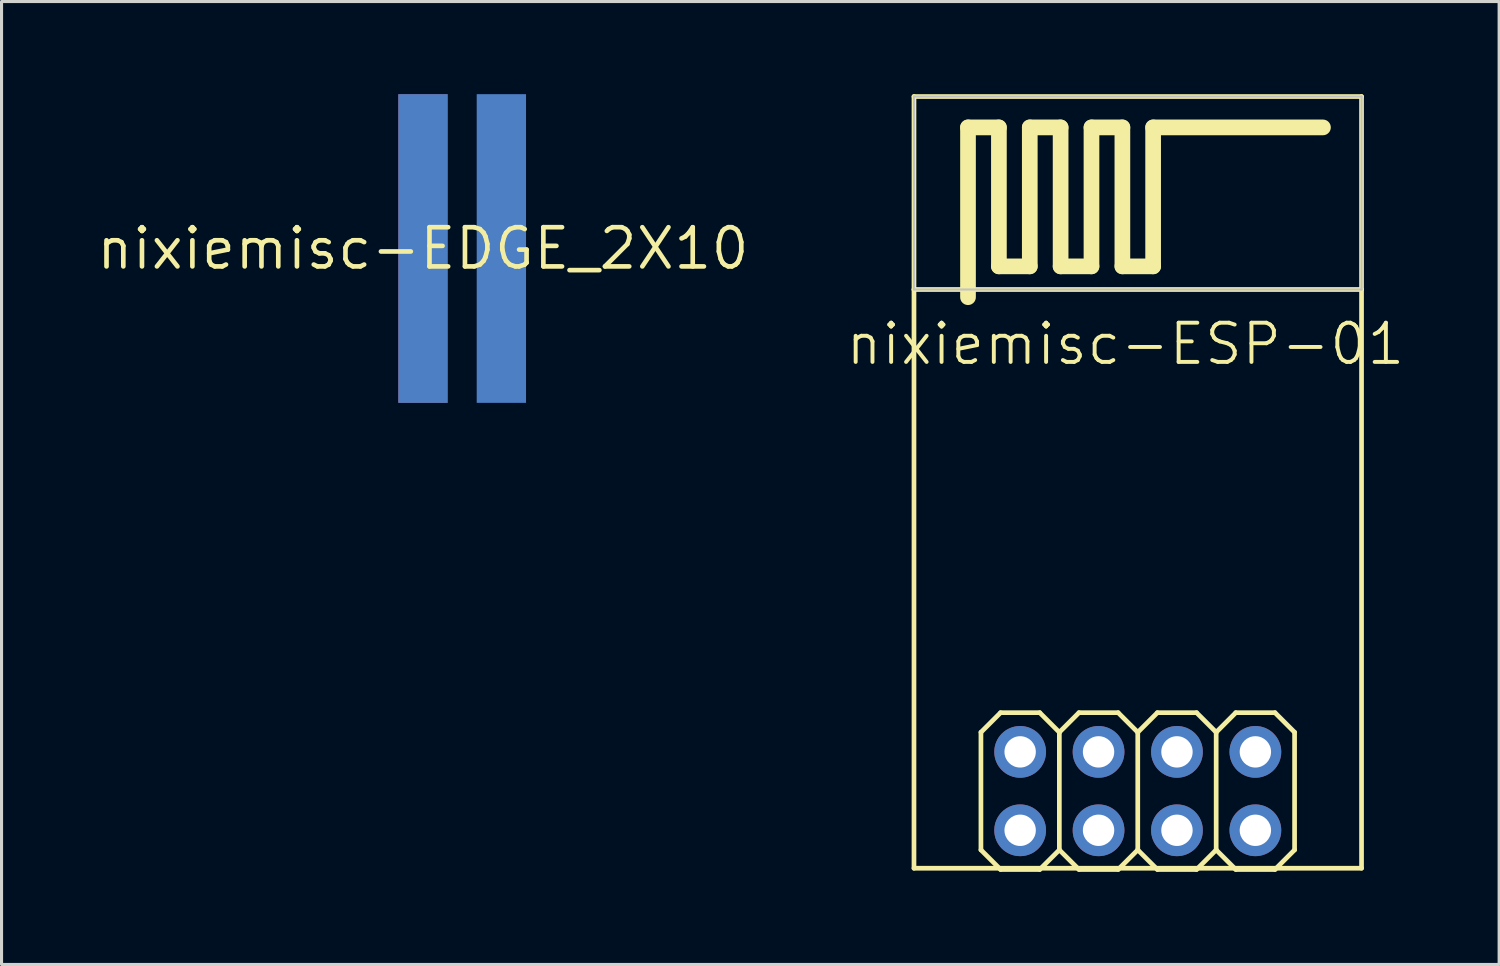
<source format=kicad_pcb>
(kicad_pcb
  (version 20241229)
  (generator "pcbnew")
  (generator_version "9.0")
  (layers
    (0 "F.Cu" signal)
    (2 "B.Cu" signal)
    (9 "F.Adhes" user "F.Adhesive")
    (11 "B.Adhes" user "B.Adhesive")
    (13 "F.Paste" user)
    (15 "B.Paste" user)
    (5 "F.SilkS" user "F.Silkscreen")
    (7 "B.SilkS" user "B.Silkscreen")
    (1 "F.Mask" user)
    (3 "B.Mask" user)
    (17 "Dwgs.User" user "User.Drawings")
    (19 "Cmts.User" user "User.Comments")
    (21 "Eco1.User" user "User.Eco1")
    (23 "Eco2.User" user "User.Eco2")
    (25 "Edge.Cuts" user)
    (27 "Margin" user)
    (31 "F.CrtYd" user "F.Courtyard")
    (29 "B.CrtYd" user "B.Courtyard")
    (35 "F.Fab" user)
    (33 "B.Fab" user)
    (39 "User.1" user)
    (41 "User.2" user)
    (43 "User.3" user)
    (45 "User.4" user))
  (footprint "nixiemisc-ESP-01"
    (layer "F.Cu")
    (at 33.806 22.576)
    (property "Reference" "nixiemisc-ESP-01" (at -0.399 -14.483 0) (layer "F.SilkS") (effects (font (size 1.27 1.27) (thickness 0.127))))
    (attr exclude_from_pos_files exclude_from_bom)
    (fp_line (start -7.249 -22.499) (end -7.249 -16.248) (stroke (width 0.152) (type solid)) (layer "F.SilkS"))
    (fp_line (start -7.249 -16.248) (end -7.249 2.499) (stroke (width 0.152) (type solid)) (layer "F.SilkS"))
    (fp_line (start -7.249 -16.248) (end 7.249 -16.248) (stroke (width 0.152) (type solid)) (layer "F.SilkS"))
    (fp_line (start -7.249 2.499) (end 7.249 2.499) (stroke (width 0.152) (type solid)) (layer "F.SilkS"))
    (fp_line (start -5.499 -21.499) (end -4.498 -21.499) (stroke (width 0.508) (type solid)) (layer "F.SilkS"))
    (fp_line (start -5.499 -15.999) (end -5.499 -21.499) (stroke (width 0.508) (type solid)) (layer "F.SilkS"))
    (fp_line (start -5.08 -1.905) (end -4.445 -2.54) (stroke (width 0.152) (type solid)) (layer "F.SilkS"))
    (fp_line (start -5.08 1.905) (end -5.08 -1.905) (stroke (width 0.152) (type solid)) (layer "F.SilkS"))
    (fp_line (start -5.08 1.905) (end -4.445 2.54) (stroke (width 0.152) (type solid)) (layer "F.SilkS"))
    (fp_line (start -4.498 -21.499) (end -4.498 -16.998) (stroke (width 0.508) (type solid)) (layer "F.SilkS"))
    (fp_line (start -4.498 -16.998) (end -3.498 -16.998) (stroke (width 0.508) (type solid)) (layer "F.SilkS"))
    (fp_line (start -4.445 -2.54) (end -3.175 -2.54) (stroke (width 0.152) (type solid)) (layer "F.SilkS"))
    (fp_line (start -4.445 2.54) (end -3.175 2.54) (stroke (width 0.152) (type solid)) (layer "F.SilkS"))
    (fp_line (start -3.498 -21.499) (end -2.499 -21.499) (stroke (width 0.508) (type solid)) (layer "F.SilkS"))
    (fp_line (start -3.498 -16.998) (end -3.498 -21.499) (stroke (width 0.508) (type solid)) (layer "F.SilkS"))
    (fp_line (start -3.175 -2.54) (end -2.54 -1.905) (stroke (width 0.152) (type solid)) (layer "F.SilkS"))
    (fp_line (start -3.175 2.54) (end -2.54 1.905) (stroke (width 0.152) (type solid)) (layer "F.SilkS"))
    (fp_line (start -2.54 -1.905) (end -2.54 1.905) (stroke (width 0.152) (type solid)) (layer "F.SilkS"))
    (fp_line (start -2.54 -1.905) (end -1.905 -2.54) (stroke (width 0.152) (type solid)) (layer "F.SilkS"))
    (fp_line (start -2.54 1.905) (end -1.905 2.54) (stroke (width 0.152) (type solid)) (layer "F.SilkS"))
    (fp_line (start -2.499 -21.499) (end -2.499 -16.998) (stroke (width 0.508) (type solid)) (layer "F.SilkS"))
    (fp_line (start -2.499 -16.998) (end -1.499 -16.998) (stroke (width 0.508) (type solid)) (layer "F.SilkS"))
    (fp_line (start -1.905 -2.54) (end -0.635 -2.54) (stroke (width 0.152) (type solid)) (layer "F.SilkS"))
    (fp_line (start -1.905 2.54) (end -0.635 2.54) (stroke (width 0.152) (type solid)) (layer "F.SilkS"))
    (fp_line (start -1.499 -21.499) (end -0.498 -21.499) (stroke (width 0.508) (type solid)) (layer "F.SilkS"))
    (fp_line (start -1.499 -16.998) (end -1.499 -21.499) (stroke (width 0.508) (type solid)) (layer "F.SilkS"))
    (fp_line (start -0.635 -2.54) (end 0 -1.905) (stroke (width 0.152) (type solid)) (layer "F.SilkS"))
    (fp_line (start -0.635 2.54) (end 0 1.905) (stroke (width 0.152) (type solid)) (layer "F.SilkS"))
    (fp_line (start -0.498 -21.499) (end -0.498 -16.998) (stroke (width 0.508) (type solid)) (layer "F.SilkS"))
    (fp_line (start -0.498 -16.998) (end 0.498 -16.998) (stroke (width 0.508) (type solid)) (layer "F.SilkS"))
    (fp_line (start 0 -1.905) (end 0 1.905) (stroke (width 0.152) (type solid)) (layer "F.SilkS"))
    (fp_line (start 0 -1.905) (end 0.635 -2.54) (stroke (width 0.152) (type solid)) (layer "F.SilkS"))
    (fp_line (start 0 1.905) (end 0.635 2.54) (stroke (width 0.152) (type solid)) (layer "F.SilkS"))
    (fp_line (start 0.498 -21.499) (end 5.999 -21.499) (stroke (width 0.508) (type solid)) (layer "F.SilkS"))
    (fp_line (start 0.498 -16.998) (end 0.498 -21.499) (stroke (width 0.508) (type solid)) (layer "F.SilkS"))
    (fp_line (start 0.635 -2.54) (end 1.905 -2.54) (stroke (width 0.152) (type solid)) (layer "F.SilkS"))
    (fp_line (start 0.635 2.54) (end 1.905 2.54) (stroke (width 0.152) (type solid)) (layer "F.SilkS"))
    (fp_line (start 1.905 -2.54) (end 2.54 -1.905) (stroke (width 0.152) (type solid)) (layer "F.SilkS"))
    (fp_line (start 1.905 2.54) (end 2.54 1.905) (stroke (width 0.152) (type solid)) (layer "F.SilkS"))
    (fp_line (start 2.54 -1.905) (end 2.54 1.905) (stroke (width 0.152) (type solid)) (layer "F.SilkS"))
    (fp_line (start 2.54 -1.905) (end 3.175 -2.54) (stroke (width 0.152) (type solid)) (layer "F.SilkS"))
    (fp_line (start 2.54 1.905) (end 3.175 2.54) (stroke (width 0.152) (type solid)) (layer "F.SilkS"))
    (fp_line (start 3.175 -2.54) (end 4.445 -2.54) (stroke (width 0.152) (type solid)) (layer "F.SilkS"))
    (fp_line (start 3.175 2.54) (end 4.445 2.54) (stroke (width 0.152) (type solid)) (layer "F.SilkS"))
    (fp_line (start 4.445 -2.54) (end 5.08 -1.905) (stroke (width 0.152) (type solid)) (layer "F.SilkS"))
    (fp_line (start 4.445 2.54) (end 5.08 1.905) (stroke (width 0.152) (type solid)) (layer "F.SilkS"))
    (fp_line (start 5.08 -1.905) (end 5.08 1.905) (stroke (width 0.152) (type solid)) (layer "F.SilkS"))
    (fp_line (start 7.249 -22.499) (end -7.249 -22.499) (stroke (width 0.152) (type solid)) (layer "F.SilkS"))
    (fp_line (start 7.249 -16.248) (end 7.249 -22.499) (stroke (width 0.152) (type solid)) (layer "F.SilkS"))
    (fp_line (start 7.249 2.499) (end 7.249 -16.248) (stroke (width 0.152) (type solid)) (layer "F.SilkS"))
    (fp_line (start -7.249 -22.499) (end 7.249 -22.499) (stroke (width 0.066) (type solid)) (layer "Dwgs.User"))
    (fp_line (start -7.249 -16.248) (end -7.249 -22.499) (stroke (width 0.066) (type solid)) (layer "Dwgs.User"))
    (fp_line (start -7.249 -16.248) (end 7.249 -16.248) (stroke (width 0.066) (type solid)) (layer "Dwgs.User"))
    (fp_line (start -4.064 -1.524) (end -3.556 -1.524) (stroke (width 0.066) (type solid)) (layer "Dwgs.User"))
    (fp_line (start -4.064 -1.016) (end -4.064 -1.524) (stroke (width 0.066) (type solid)) (layer "Dwgs.User"))
    (fp_line (start -4.064 -1.016) (end -3.556 -1.016) (stroke (width 0.066) (type solid)) (layer "Dwgs.User"))
    (fp_line (start -4.064 1.016) (end -3.556 1.016) (stroke (width 0.066) (type solid)) (layer "Dwgs.User"))
    (fp_line (start -4.064 1.524) (end -4.064 1.016) (stroke (width 0.066) (type solid)) (layer "Dwgs.User"))
    (fp_line (start -4.064 1.524) (end -3.556 1.524) (stroke (width 0.066) (type solid)) (layer "Dwgs.User"))
    (fp_line (start -3.556 -1.016) (end -3.556 -1.524) (stroke (width 0.066) (type solid)) (layer "Dwgs.User"))
    (fp_line (start -3.556 1.524) (end -3.556 1.016) (stroke (width 0.066) (type solid)) (layer "Dwgs.User"))
    (fp_line (start -1.524 -1.524) (end -1.016 -1.524) (stroke (width 0.066) (type solid)) (layer "Dwgs.User"))
    (fp_line (start -1.524 -1.016) (end -1.524 -1.524) (stroke (width 0.066) (type solid)) (layer "Dwgs.User"))
    (fp_line (start -1.524 -1.016) (end -1.016 -1.016) (stroke (width 0.066) (type solid)) (layer "Dwgs.User"))
    (fp_line (start -1.524 1.016) (end -1.016 1.016) (stroke (width 0.066) (type solid)) (layer "Dwgs.User"))
    (fp_line (start -1.524 1.524) (end -1.524 1.016) (stroke (width 0.066) (type solid)) (layer "Dwgs.User"))
    (fp_line (start -1.524 1.524) (end -1.016 1.524) (stroke (width 0.066) (type solid)) (layer "Dwgs.User"))
    (fp_line (start -1.016 -1.016) (end -1.016 -1.524) (stroke (width 0.066) (type solid)) (layer "Dwgs.User"))
    (fp_line (start -1.016 1.524) (end -1.016 1.016) (stroke (width 0.066) (type solid)) (layer "Dwgs.User"))
    (fp_line (start 1.016 -1.524) (end 1.524 -1.524) (stroke (width 0.066) (type solid)) (layer "Dwgs.User"))
    (fp_line (start 1.016 -1.016) (end 1.016 -1.524) (stroke (width 0.066) (type solid)) (layer "Dwgs.User"))
    (fp_line (start 1.016 -1.016) (end 1.524 -1.016) (stroke (width 0.066) (type solid)) (layer "Dwgs.User"))
    (fp_line (start 1.016 1.016) (end 1.524 1.016) (stroke (width 0.066) (type solid)) (layer "Dwgs.User"))
    (fp_line (start 1.016 1.524) (end 1.016 1.016) (stroke (width 0.066) (type solid)) (layer "Dwgs.User"))
    (fp_line (start 1.016 1.524) (end 1.524 1.524) (stroke (width 0.066) (type solid)) (layer "Dwgs.User"))
    (fp_line (start 1.524 -1.016) (end 1.524 -1.524) (stroke (width 0.066) (type solid)) (layer "Dwgs.User"))
    (fp_line (start 1.524 1.524) (end 1.524 1.016) (stroke (width 0.066) (type solid)) (layer "Dwgs.User"))
    (fp_line (start 3.556 -1.524) (end 4.064 -1.524) (stroke (width 0.066) (type solid)) (layer "Dwgs.User"))
    (fp_line (start 3.556 -1.016) (end 3.556 -1.524) (stroke (width 0.066) (type solid)) (layer "Dwgs.User"))
    (fp_line (start 3.556 -1.016) (end 4.064 -1.016) (stroke (width 0.066) (type solid)) (layer "Dwgs.User"))
    (fp_line (start 3.556 1.016) (end 4.064 1.016) (stroke (width 0.066) (type solid)) (layer "Dwgs.User"))
    (fp_line (start 3.556 1.524) (end 3.556 1.016) (stroke (width 0.066) (type solid)) (layer "Dwgs.User"))
    (fp_line (start 3.556 1.524) (end 4.064 1.524) (stroke (width 0.066) (type solid)) (layer "Dwgs.User"))
    (fp_line (start 4.064 -1.016) (end 4.064 -1.524) (stroke (width 0.066) (type solid)) (layer "Dwgs.User"))
    (fp_line (start 4.064 1.524) (end 4.064 1.016) (stroke (width 0.066) (type solid)) (layer "Dwgs.User"))
    (fp_line (start 7.249 -16.248) (end 7.249 -22.499) (stroke (width 0.066) (type solid)) (layer "Dwgs.User"))
    (pad "1" thru_hole circle (at -3.81 1.27) (size 1.676 1.676) (drill 1.016) (layers "*.Cu" "*.Mask"))
    (pad "2" thru_hole circle (at -3.81 -1.27) (size 1.676 1.676) (drill 1.016) (layers "*.Cu" "*.Mask"))
    (pad "3" thru_hole circle (at -1.27 1.27) (size 1.676 1.676) (drill 1.016) (layers "*.Cu" "*.Mask"))
    (pad "4" thru_hole circle (at -1.27 -1.27) (size 1.676 1.676) (drill 1.016) (layers "*.Cu" "*.Mask"))
    (pad "5" thru_hole circle (at 1.27 1.27) (size 1.676 1.676) (drill 1.016) (layers "*.Cu" "*.Mask"))
    (pad "6" thru_hole circle (at 1.27 -1.27) (size 1.676 1.676) (drill 1.016) (layers "*.Cu" "*.Mask"))
    (pad "7" thru_hole circle (at 3.81 1.27) (size 1.676 1.676) (drill 1.016) (layers "*.Cu" "*.Mask"))
    (pad "8" thru_hole circle (at 3.81 -1.27) (size 1.676 1.676) (drill 1.016) (layers "*.Cu" "*.Mask")))
  (footprint "nixiemisc-EDGE_2X10"
    (layer "F.Cu")
    (at 10.651 5)
    (property "Reference" "nixiemisc-EDGE_2X10" (at 0 0 0) (layer "F.SilkS") (effects (font (size 1.27 1.27) (thickness 0.15))))
    (attr smd)
    (pad "P$1" smd rect (at 0 0 90) (size 10 1.598) (layers "F.Cu" "F.Mask" "F.Paste"))
    (pad "P$2" smd rect (at 0 0 90) (size 10 1.598) (layers "B.Cu" "B.Mask"))
    (pad "P$4" smd rect (at 2.54 0 90) (size 10 1.598) (layers "B.Cu" "B.Mask")))
  (gr_rect
    (start -3 -3)
    (end 45.512 28.192)
    (stroke (width 0.1) (type default))
    (fill no)
    (layer "Edge.Cuts")))
</source>
